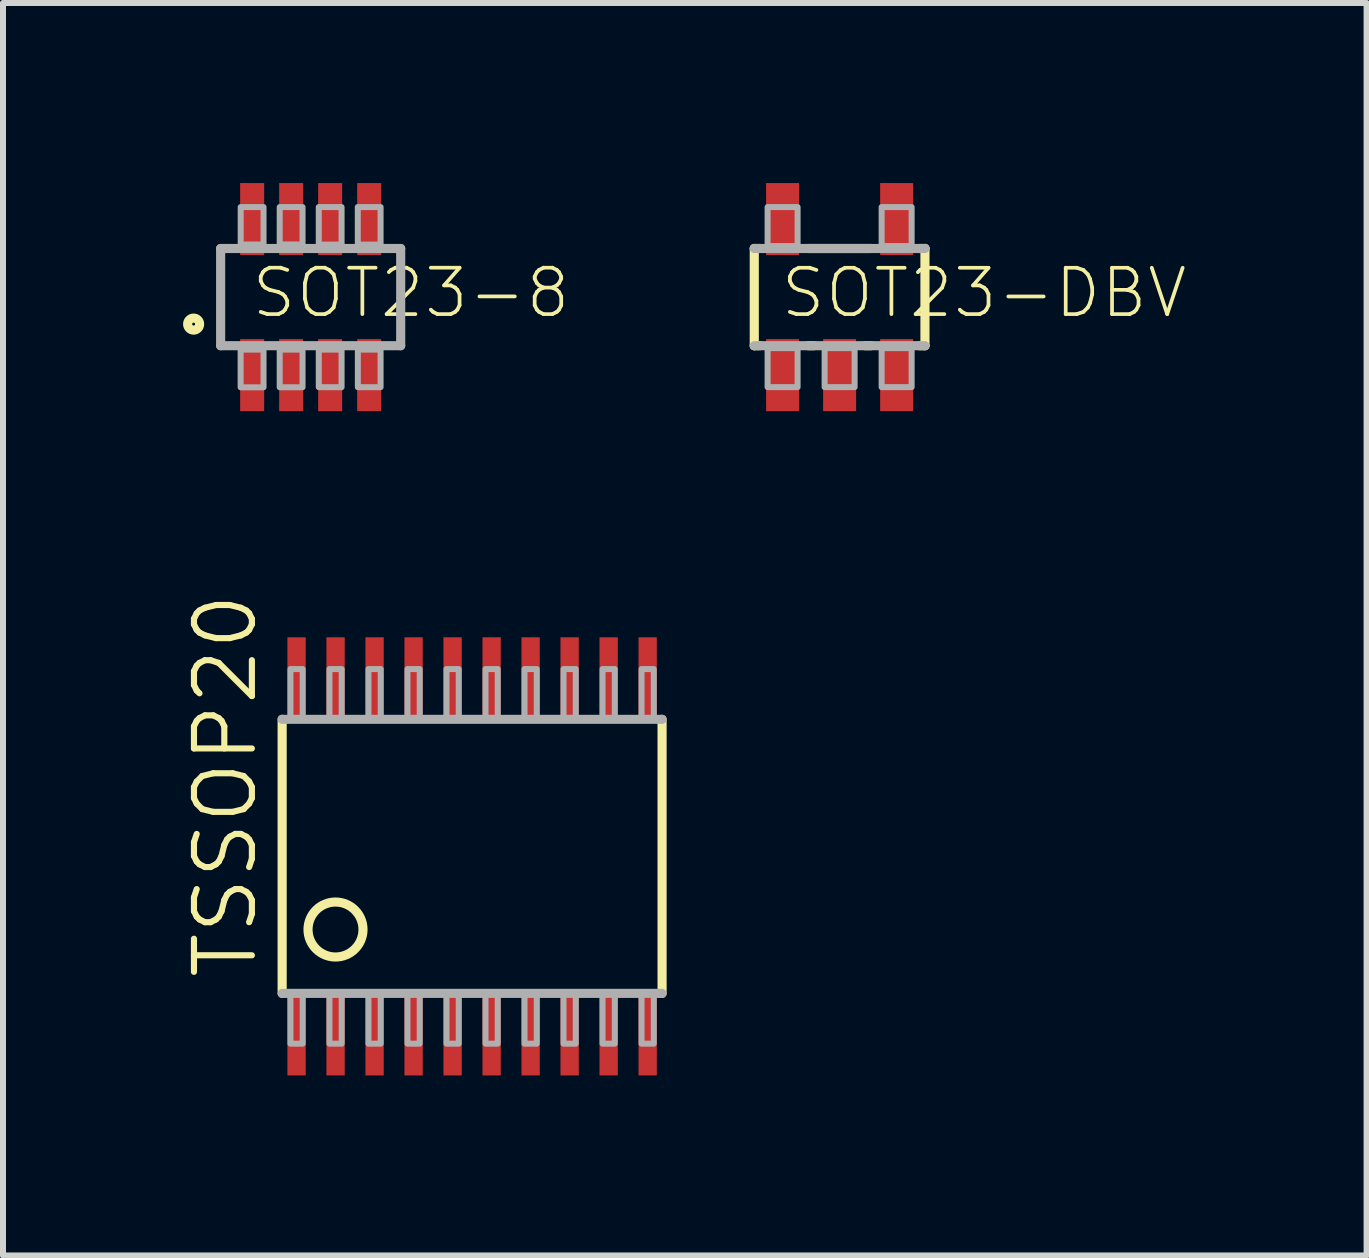
<source format=kicad_pcb>
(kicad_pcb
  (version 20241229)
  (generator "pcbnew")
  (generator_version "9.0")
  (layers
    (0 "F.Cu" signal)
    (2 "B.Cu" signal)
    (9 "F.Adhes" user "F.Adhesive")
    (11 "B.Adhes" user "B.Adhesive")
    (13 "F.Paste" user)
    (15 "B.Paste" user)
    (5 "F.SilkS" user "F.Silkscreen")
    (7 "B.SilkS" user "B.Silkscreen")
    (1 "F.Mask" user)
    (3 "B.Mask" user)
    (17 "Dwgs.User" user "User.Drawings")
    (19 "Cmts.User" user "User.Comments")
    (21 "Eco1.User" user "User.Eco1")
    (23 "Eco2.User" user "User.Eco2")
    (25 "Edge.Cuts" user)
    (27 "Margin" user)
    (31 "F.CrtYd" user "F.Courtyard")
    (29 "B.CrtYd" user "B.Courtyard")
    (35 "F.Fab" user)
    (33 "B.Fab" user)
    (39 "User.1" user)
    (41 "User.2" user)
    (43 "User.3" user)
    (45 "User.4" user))
  (footprint "SOT23-8"
    (layer "F.Cu")
    (at 2.126 1.9)
    (property "Reference" "SOT23-8" (at -1.02 0.381 180) (layer "F.SilkS") (effects (font (size 0.773 0.773) (thickness 0.062)) (justify left bottom)))
    (attr through_hole)
    (fp_circle (center -1.95 0.45) (end -1.85 0.45) (stroke (width 0.152) (type solid)) (fill no) (layer "F.SilkS"))
    (fp_line (start -1.5 -0.81) (end 1.5 -0.81) (stroke (width 0.152) (type solid)) (layer "F.Fab"))
    (fp_line (start -1.5 0.81) (end -1.5 -0.81) (stroke (width 0.152) (type solid)) (layer "F.Fab"))
    (fp_line (start 1.5 -0.81) (end 1.5 0.81) (stroke (width 0.152) (type solid)) (layer "F.Fab"))
    (fp_line (start 1.5 0.81) (end -1.5 0.81) (stroke (width 0.152) (type solid)) (layer "F.Fab"))
    (fp_poly (pts (xy -1.167 1.503) (xy -0.785 1.503) (xy -0.785 0.875) (xy -1.167 0.875)) (stroke (width 0.1) (type solid)) (fill no) (layer "F.Fab"))
    (fp_poly (pts (xy -1.166 -0.876) (xy -0.785 -0.876) (xy -0.785 -1.5) (xy -1.166 -1.5)) (stroke (width 0.1) (type solid)) (fill no) (layer "F.Fab"))
    (fp_poly (pts (xy -0.516 -0.877) (xy -0.135 -0.877) (xy -0.135 -1.5) (xy -0.516 -1.5)) (stroke (width 0.1) (type solid)) (fill no) (layer "F.Fab"))
    (fp_poly (pts (xy -0.516 1.502) (xy -0.135 1.502) (xy -0.135 0.875) (xy -0.516 0.875)) (stroke (width 0.1) (type solid)) (fill no) (layer "F.Fab"))
    (fp_poly (pts (xy 0.135 1.501) (xy 0.515 1.501) (xy 0.515 0.875) (xy 0.135 0.875)) (stroke (width 0.1) (type solid)) (fill no) (layer "F.Fab"))
    (fp_poly (pts (xy 0.135 -0.875) (xy 0.515 -0.875) (xy 0.515 -1.5) (xy 0.135 -1.5)) (stroke (width 0.1) (type solid)) (fill no) (layer "F.Fab"))
    (fp_poly (pts (xy 0.785 -0.875) (xy 1.165 -0.875) (xy 1.165 -1.5) (xy 0.785 -1.5)) (stroke (width 0.1) (type solid)) (fill no) (layer "F.Fab"))
    (fp_poly (pts (xy 0.786 1.501) (xy 1.165 1.501) (xy 1.165 0.875) (xy 0.786 0.875)) (stroke (width 0.1) (type solid)) (fill no) (layer "F.Fab"))
    (pad "1" smd rect (at -0.975 1.3) (size 0.4 1.2) (layers "F.Cu" "F.Mask" "F.Paste"))
    (pad "2" smd rect (at -0.325 1.3) (size 0.4 1.2) (layers "F.Cu" "F.Mask" "F.Paste"))
    (pad "3" smd rect (at 0.325 1.3) (size 0.4 1.2) (layers "F.Cu" "F.Mask" "F.Paste"))
    (pad "4" smd rect (at 0.975 1.3) (size 0.4 1.2) (layers "F.Cu" "F.Mask" "F.Paste"))
    (pad "5" smd rect (at 0.975 -1.3) (size 0.4 1.2) (layers "F.Cu" "F.Mask" "F.Paste"))
    (pad "6" smd rect (at 0.325 -1.3) (size 0.4 1.2) (layers "F.Cu" "F.Mask" "F.Paste"))
    (pad "7" smd rect (at -0.325 -1.3) (size 0.4 1.2) (layers "F.Cu" "F.Mask" "F.Paste"))
    (pad "8" smd rect (at -0.975 -1.3) (size 0.4 1.2) (layers "F.Cu" "F.Mask" "F.Paste")))
  (footprint "SOT23-DBV"
    (layer "F.Cu")
    (at 10.939 1.9)
    (property "Reference" "SOT23-DBV" (at -1.016 0.381 180) (layer "F.SilkS") (effects (font (size 0.772 0.772) (thickness 0.062)) (justify left bottom)))
    (attr through_hole)
    (fp_line (start -1.422 -0.81) (end -1.328 -0.81) (stroke (width 0.152) (type solid)) (layer "F.SilkS"))
    (fp_line (start -1.422 0.81) (end -1.422 -0.81) (stroke (width 0.152) (type solid)) (layer "F.SilkS"))
    (fp_line (start -1.328 0.81) (end -1.422 0.81) (stroke (width 0.152) (type solid)) (layer "F.SilkS"))
    (fp_line (start -0.522 -0.81) (end 0.522 -0.81) (stroke (width 0.152) (type solid)) (layer "F.SilkS"))
    (fp_line (start -0.428 0.81) (end -0.522 0.81) (stroke (width 0.152) (type solid)) (layer "F.SilkS"))
    (fp_line (start 0.522 0.81) (end 0.428 0.81) (stroke (width 0.152) (type solid)) (layer "F.SilkS"))
    (fp_line (start 1.328 -0.81) (end 1.422 -0.81) (stroke (width 0.152) (type solid)) (layer "F.SilkS"))
    (fp_line (start 1.422 -0.81) (end 1.422 0.81) (stroke (width 0.152) (type solid)) (layer "F.SilkS"))
    (fp_line (start 1.422 0.81) (end 1.328 0.81) (stroke (width 0.152) (type solid)) (layer "F.SilkS"))
    (fp_line (start -1.422 -0.81) (end 1.422 -0.81) (stroke (width 0.152) (type solid)) (layer "F.Fab"))
    (fp_line (start 1.422 0.81) (end -1.422 0.81) (stroke (width 0.152) (type solid)) (layer "F.Fab"))
    (fp_poly (pts (xy -1.2 -0.85) (xy -0.7 -0.85) (xy -0.7 -1.5) (xy -1.2 -1.5)) (stroke (width 0.1) (type solid)) (fill no) (layer "F.Fab"))
    (fp_poly (pts (xy -1.2 1.5) (xy -0.7 1.5) (xy -0.7 0.85) (xy -1.2 0.85)) (stroke (width 0.1) (type solid)) (fill no) (layer "F.Fab"))
    (fp_poly (pts (xy -0.25 1.5) (xy 0.25 1.5) (xy 0.25 0.85) (xy -0.25 0.85)) (stroke (width 0.1) (type solid)) (fill no) (layer "F.Fab"))
    (fp_poly (pts (xy 0.7 -0.85) (xy 1.2 -0.85) (xy 1.2 -1.5) (xy 0.7 -1.5)) (stroke (width 0.1) (type solid)) (fill no) (layer "F.Fab"))
    (fp_poly (pts (xy 0.7 1.5) (xy 1.2 1.5) (xy 1.2 0.85) (xy 0.7 0.85)) (stroke (width 0.1) (type solid)) (fill no) (layer "F.Fab"))
    (pad "1" smd rect (at -0.95 1.3) (size 0.55 1.2) (layers "F.Cu" "F.Mask" "F.Paste"))
    (pad "2" smd rect (at 0 1.3) (size 0.55 1.2) (layers "F.Cu" "F.Mask" "F.Paste"))
    (pad "3" smd rect (at 0.95 1.3) (size 0.55 1.2) (layers "F.Cu" "F.Mask" "F.Paste"))
    (pad "4" smd rect (at 0.95 -1.3) (size 0.55 1.2) (layers "F.Cu" "F.Mask" "F.Paste"))
    (pad "5" smd rect (at -0.95 -1.3) (size 0.55 1.2) (layers "F.Cu" "F.Mask" "F.Paste")))
  (footprint "TSSOP20"
    (layer "F.Cu")
    (at 4.816 11.218)
    (property "Reference" "TSSOP20" (at -3.546 2.083 90) (layer "F.SilkS") (effects (font (size 0.965 0.965) (thickness 0.102)) (justify left bottom)))
    (attr through_hole)
    (fp_line (start -3.165 2.283) (end -3.165 -2.283) (stroke (width 0.152) (type solid)) (layer "F.SilkS"))
    (fp_line (start 3.165 -2.283) (end 3.165 2.283) (stroke (width 0.152) (type solid)) (layer "F.SilkS"))
    (fp_circle (center -2.276 1.219) (end -1.818 1.219) (stroke (width 0.152) (type solid)) (fill no) (layer "F.SilkS"))
    (fp_line (start -3.165 2.283) (end 3.165 2.283) (stroke (width 0.152) (type solid)) (layer "F.Fab"))
    (fp_line (start 3.165 -2.283) (end -3.165 -2.283) (stroke (width 0.152) (type solid)) (layer "F.Fab"))
    (fp_poly (pts (xy -3.027 -2.283) (xy -2.823 -2.283) (xy -2.823 -3.121) (xy -3.027 -3.121)) (stroke (width 0.1) (type solid)) (fill no) (layer "F.Fab"))
    (fp_poly (pts (xy -3.027 3.121) (xy -2.823 3.121) (xy -2.823 2.283) (xy -3.027 2.283)) (stroke (width 0.1) (type solid)) (fill no) (layer "F.Fab"))
    (fp_poly (pts (xy -2.377 -2.283) (xy -2.173 -2.283) (xy -2.173 -3.121) (xy -2.377 -3.121)) (stroke (width 0.1) (type solid)) (fill no) (layer "F.Fab"))
    (fp_poly (pts (xy -2.377 3.121) (xy -2.173 3.121) (xy -2.173 2.283) (xy -2.377 2.283)) (stroke (width 0.1) (type solid)) (fill no) (layer "F.Fab"))
    (fp_poly (pts (xy -1.727 -2.283) (xy -1.523 -2.283) (xy -1.523 -3.121) (xy -1.727 -3.121)) (stroke (width 0.1) (type solid)) (fill no) (layer "F.Fab"))
    (fp_poly (pts (xy -1.727 3.121) (xy -1.523 3.121) (xy -1.523 2.283) (xy -1.727 2.283)) (stroke (width 0.1) (type solid)) (fill no) (layer "F.Fab"))
    (fp_poly (pts (xy -1.077 -2.283) (xy -0.873 -2.283) (xy -0.873 -3.121) (xy -1.077 -3.121)) (stroke (width 0.1) (type solid)) (fill no) (layer "F.Fab"))
    (fp_poly (pts (xy -1.077 3.121) (xy -0.873 3.121) (xy -0.873 2.283) (xy -1.077 2.283)) (stroke (width 0.1) (type solid)) (fill no) (layer "F.Fab"))
    (fp_poly (pts (xy -0.427 -2.283) (xy -0.223 -2.283) (xy -0.223 -3.121) (xy -0.427 -3.121)) (stroke (width 0.1) (type solid)) (fill no) (layer "F.Fab"))
    (fp_poly (pts (xy -0.427 3.121) (xy -0.223 3.121) (xy -0.223 2.283) (xy -0.427 2.283)) (stroke (width 0.1) (type solid)) (fill no) (layer "F.Fab"))
    (fp_poly (pts (xy 0.223 -2.283) (xy 0.427 -2.283) (xy 0.427 -3.121) (xy 0.223 -3.121)) (stroke (width 0.1) (type solid)) (fill no) (layer "F.Fab"))
    (fp_poly (pts (xy 0.223 3.121) (xy 0.427 3.121) (xy 0.427 2.283) (xy 0.223 2.283)) (stroke (width 0.1) (type solid)) (fill no) (layer "F.Fab"))
    (fp_poly (pts (xy 0.873 -2.283) (xy 1.077 -2.283) (xy 1.077 -3.121) (xy 0.873 -3.121)) (stroke (width 0.1) (type solid)) (fill no) (layer "F.Fab"))
    (fp_poly (pts (xy 0.873 3.121) (xy 1.077 3.121) (xy 1.077 2.283) (xy 0.873 2.283)) (stroke (width 0.1) (type solid)) (fill no) (layer "F.Fab"))
    (fp_poly (pts (xy 1.523 -2.283) (xy 1.727 -2.283) (xy 1.727 -3.121) (xy 1.523 -3.121)) (stroke (width 0.1) (type solid)) (fill no) (layer "F.Fab"))
    (fp_poly (pts (xy 1.523 3.121) (xy 1.727 3.121) (xy 1.727 2.283) (xy 1.523 2.283)) (stroke (width 0.1) (type solid)) (fill no) (layer "F.Fab"))
    (fp_poly (pts (xy 2.173 -2.283) (xy 2.377 -2.283) (xy 2.377 -3.121) (xy 2.173 -3.121)) (stroke (width 0.1) (type solid)) (fill no) (layer "F.Fab"))
    (fp_poly (pts (xy 2.173 3.121) (xy 2.377 3.121) (xy 2.377 2.283) (xy 2.173 2.283)) (stroke (width 0.1) (type solid)) (fill no) (layer "F.Fab"))
    (fp_poly (pts (xy 2.823 -2.283) (xy 3.027 -2.283) (xy 3.027 -3.121) (xy 2.823 -3.121)) (stroke (width 0.1) (type solid)) (fill no) (layer "F.Fab"))
    (fp_poly (pts (xy 2.823 3.121) (xy 3.027 3.121) (xy 3.027 2.283) (xy 2.823 2.283)) (stroke (width 0.1) (type solid)) (fill no) (layer "F.Fab"))
    (pad "1" smd rect (at -2.925 3) (size 0.305 1.3) (layers "F.Cu" "F.Mask" "F.Paste"))
    (pad "2" smd rect (at -2.275 3) (size 0.305 1.3) (layers "F.Cu" "F.Mask" "F.Paste"))
    (pad "3" smd rect (at -1.625 3) (size 0.305 1.3) (layers "F.Cu" "F.Mask" "F.Paste"))
    (pad "4" smd rect (at -0.975 3) (size 0.305 1.3) (layers "F.Cu" "F.Mask" "F.Paste"))
    (pad "5" smd rect (at -0.325 3) (size 0.305 1.3) (layers "F.Cu" "F.Mask" "F.Paste"))
    (pad "6" smd rect (at 0.325 3) (size 0.305 1.3) (layers "F.Cu" "F.Mask" "F.Paste"))
    (pad "7" smd rect (at 0.975 3) (size 0.305 1.3) (layers "F.Cu" "F.Mask" "F.Paste"))
    (pad "8" smd rect (at 1.625 3) (size 0.305 1.3) (layers "F.Cu" "F.Mask" "F.Paste"))
    (pad "9" smd rect (at 2.275 3) (size 0.305 1.3) (layers "F.Cu" "F.Mask" "F.Paste"))
    (pad "10" smd rect (at 2.925 3) (size 0.305 1.3) (layers "F.Cu" "F.Mask" "F.Paste"))
    (pad "11" smd rect (at 2.925 -3) (size 0.305 1.3) (layers "F.Cu" "F.Mask" "F.Paste"))
    (pad "12" smd rect (at 2.275 -3) (size 0.305 1.3) (layers "F.Cu" "F.Mask" "F.Paste"))
    (pad "13" smd rect (at 1.625 -3) (size 0.305 1.3) (layers "F.Cu" "F.Mask" "F.Paste"))
    (pad "14" smd rect (at 0.975 -3) (size 0.305 1.3) (layers "F.Cu" "F.Mask" "F.Paste"))
    (pad "15" smd rect (at 0.325 -3) (size 0.305 1.3) (layers "F.Cu" "F.Mask" "F.Paste"))
    (pad "16" smd rect (at -0.325 -3) (size 0.305 1.3) (layers "F.Cu" "F.Mask" "F.Paste"))
    (pad "17" smd rect (at -0.975 -3) (size 0.305 1.3) (layers "F.Cu" "F.Mask" "F.Paste"))
    (pad "18" smd rect (at -1.625 -3) (size 0.305 1.3) (layers "F.Cu" "F.Mask" "F.Paste"))
    (pad "19" smd rect (at -2.275 -3) (size 0.305 1.3) (layers "F.Cu" "F.Mask" "F.Paste"))
    (pad "20" smd rect (at -2.925 -3) (size 0.305 1.3) (layers "F.Cu" "F.Mask" "F.Paste")))
  (gr_rect
    (start -3 -3)
    (end 19.719 17.868)
    (stroke (width 0.1) (type default))
    (fill no)
    (layer "Edge.Cuts")))
</source>
